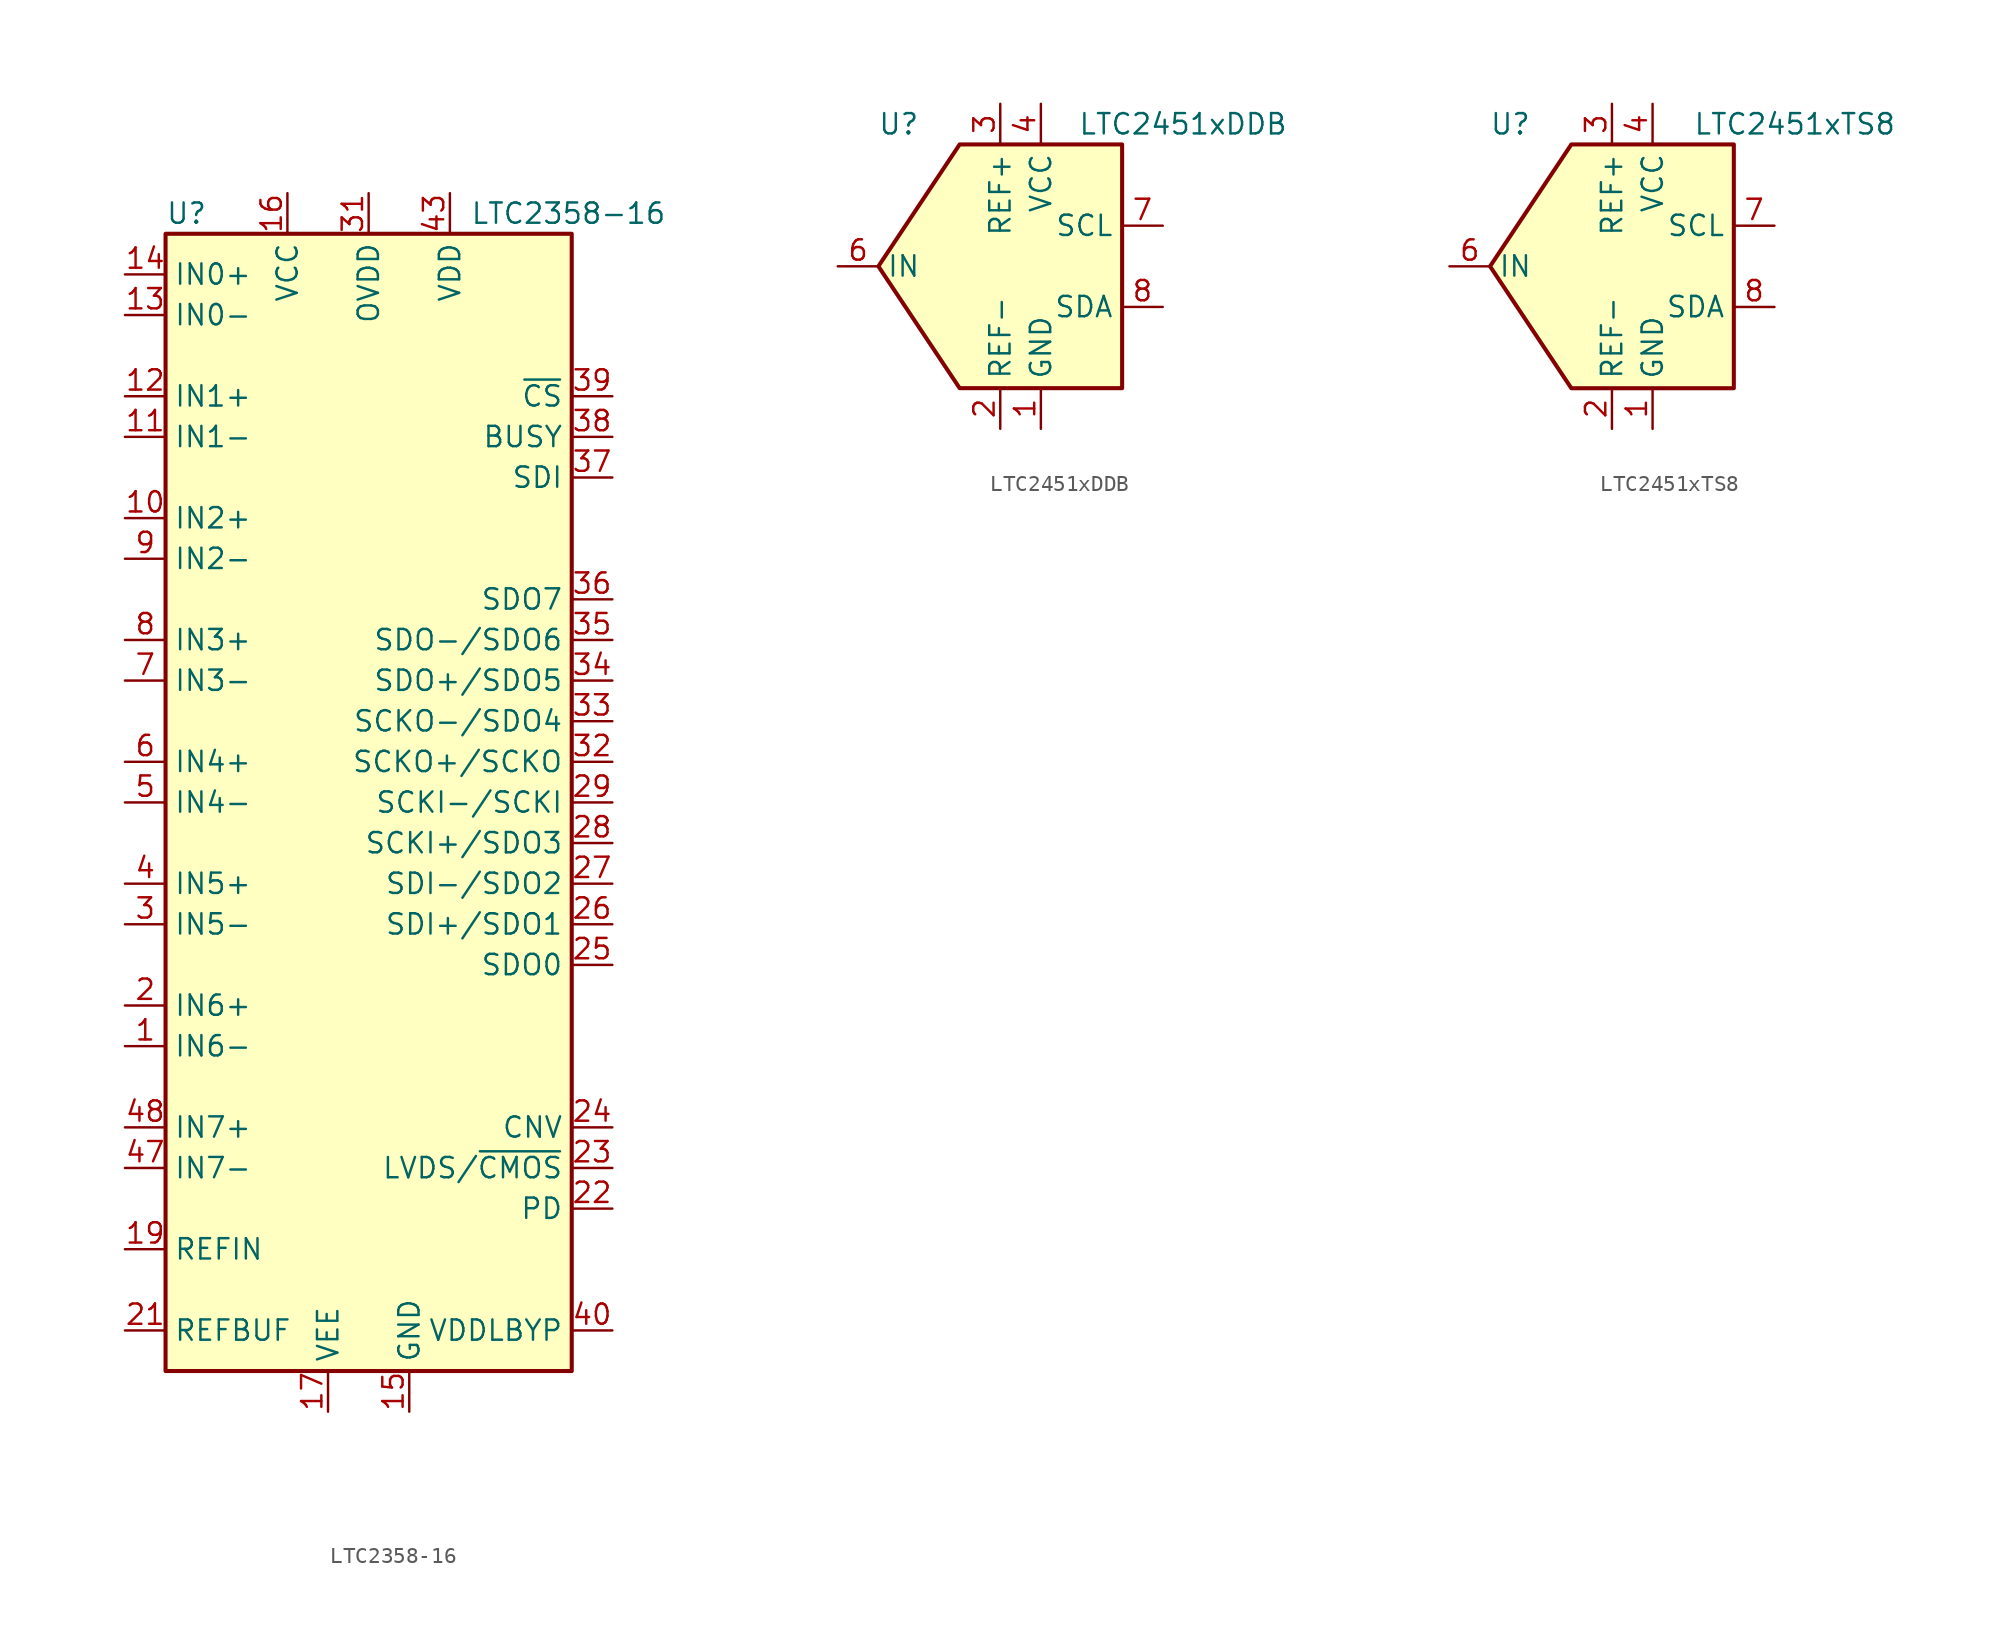
<source format=kicad_sym>
(kicad_symbol_lib
  (version 20241209)
  (generator "kicad_symbol_editor")
  (generator_version "9.0")
  (symbol "LTC2358-16"
    (property "Reference" "U"
      (at -12.7 36.83 0)
      (effects (font (size 1.27 1.27)) (justify left)))
    (property "Value" "LTC2358-16"
      (at 6.35 36.83 0)
      (effects (font (size 1.27 1.27)) (justify left)))
    (symbol "LTC2358-16_0_1"
      (rectangle (start -12.7 35.56) (end 12.7 -35.56) (stroke (width 0.254) (type default)) (fill (type background))))
    (symbol "LTC2358-16_1_1"
      (pin input line (at -15.24 33.02 0) (length 2.54) (name "IN0+" (effects (font (size 1.27 1.27)))) (number "14" (effects (font (size 1.27 1.27)))))
      (pin input line (at -15.24 30.48 0) (length 2.54) (name "IN0-" (effects (font (size 1.27 1.27)))) (number "13" (effects (font (size 1.27 1.27)))))
      (pin input line (at -15.24 25.4 0) (length 2.54) (name "IN1+" (effects (font (size 1.27 1.27)))) (number "12" (effects (font (size 1.27 1.27)))))
      (pin input line (at -15.24 22.86 0) (length 2.54) (name "IN1-" (effects (font (size 1.27 1.27)))) (number "11" (effects (font (size 1.27 1.27)))))
      (pin input line (at -15.24 17.78 0) (length 2.54) (name "IN2+" (effects (font (size 1.27 1.27)))) (number "10" (effects (font (size 1.27 1.27)))))
      (pin input line (at -15.24 15.24 0) (length 2.54) (name "IN2-" (effects (font (size 1.27 1.27)))) (number "9" (effects (font (size 1.27 1.27)))))
      (pin input line (at -15.24 10.16 0) (length 2.54) (name "IN3+" (effects (font (size 1.27 1.27)))) (number "8" (effects (font (size 1.27 1.27)))))
      (pin input line (at -15.24 7.62 0) (length 2.54) (name "IN3-" (effects (font (size 1.27 1.27)))) (number "7" (effects (font (size 1.27 1.27)))))
      (pin input line (at -15.24 2.54 0) (length 2.54) (name "IN4+" (effects (font (size 1.27 1.27)))) (number "6" (effects (font (size 1.27 1.27)))))
      (pin input line (at -15.24 0 0) (length 2.54) (name "IN4-" (effects (font (size 1.27 1.27)))) (number "5" (effects (font (size 1.27 1.27)))))
      (pin input line (at -15.24 -5.08 0) (length 2.54) (name "IN5+" (effects (font (size 1.27 1.27)))) (number "4" (effects (font (size 1.27 1.27)))))
      (pin input line (at -15.24 -7.62 0) (length 2.54) (name "IN5-" (effects (font (size 1.27 1.27)))) (number "3" (effects (font (size 1.27 1.27)))))
      (pin input line (at -15.24 -12.7 0) (length 2.54) (name "IN6+" (effects (font (size 1.27 1.27)))) (number "2" (effects (font (size 1.27 1.27)))))
      (pin input line (at -15.24 -15.24 0) (length 2.54) (name "IN6-" (effects (font (size 1.27 1.27)))) (number "1" (effects (font (size 1.27 1.27)))))
      (pin input line (at -15.24 -20.32 0) (length 2.54) (name "IN7+" (effects (font (size 1.27 1.27)))) (number "48" (effects (font (size 1.27 1.27)))))
      (pin input line (at -15.24 -22.86 0) (length 2.54) (name "IN7-" (effects (font (size 1.27 1.27)))) (number "47" (effects (font (size 1.27 1.27)))))
      (pin passive line (at -15.24 -27.94 0) (length 2.54) (name "REFIN" (effects (font (size 1.27 1.27)))) (number "19" (effects (font (size 1.27 1.27)))))
      (pin passive line (at -15.24 -33.02 0) (length 2.54) (name "REFBUF" (effects (font (size 1.27 1.27)))) (number "21" (effects (font (size 1.27 1.27)))))
      (pin power_in line (at -5.08 38.1 270) (length 2.54) (name "VCC" (effects (font (size 1.27 1.27)))) (number "16" (effects (font (size 1.27 1.27)))))
      (pin power_in line (at -2.54 -38.1 90) (length 2.54) (name "VEE" (effects (font (size 1.27 1.27)))) (number "17" (effects (font (size 1.27 1.27)))))
      (pin passive line (at -2.54 -38.1 90) (length 2.54) (hide yes) (name "VEE" (effects (font (size 1.27 1.27)))) (number "45" (effects (font (size 1.27 1.27)))))
      (pin power_in line (at 0 38.1 270) (length 2.54) (name "OVDD" (effects (font (size 1.27 1.27)))) (number "31" (effects (font (size 1.27 1.27)))))
      (pin power_in line (at 2.54 -38.1 90) (length 2.54) (name "GND" (effects (font (size 1.27 1.27)))) (number "15" (effects (font (size 1.27 1.27)))))
      (pin passive line (at 2.54 -38.1 90) (length 2.54) (hide yes) (name "GND" (effects (font (size 1.27 1.27)))) (number "18" (effects (font (size 1.27 1.27)))))
      (pin passive line (at 2.54 -38.1 90) (length 2.54) (hide yes) (name "GND" (effects (font (size 1.27 1.27)))) (number "20" (effects (font (size 1.27 1.27)))))
      (pin passive line (at 2.54 -38.1 90) (length 2.54) (hide yes) (name "GND" (effects (font (size 1.27 1.27)))) (number "30" (effects (font (size 1.27 1.27)))))
      (pin passive line (at 2.54 -38.1 90) (length 2.54) (hide yes) (name "GND" (effects (font (size 1.27 1.27)))) (number "41" (effects (font (size 1.27 1.27)))))
      (pin passive line (at 2.54 -38.1 90) (length 2.54) (hide yes) (name "GND" (effects (font (size 1.27 1.27)))) (number "44" (effects (font (size 1.27 1.27)))))
      (pin passive line (at 2.54 -38.1 90) (length 2.54) (hide yes) (name "GND" (effects (font (size 1.27 1.27)))) (number "46" (effects (font (size 1.27 1.27)))))
      (pin passive line (at 5.08 38.1 270) (length 2.54) (hide yes) (name "VDD" (effects (font (size 1.27 1.27)))) (number "42" (effects (font (size 1.27 1.27)))))
      (pin power_in line (at 5.08 38.1 270) (length 2.54) (name "VDD" (effects (font (size 1.27 1.27)))) (number "43" (effects (font (size 1.27 1.27)))))
      (pin input line (at 15.24 25.4 180) (length 2.54) (name "~{CS}" (effects (font (size 1.27 1.27)))) (number "39" (effects (font (size 1.27 1.27)))))
      (pin output line (at 15.24 22.86 180) (length 2.54) (name "BUSY" (effects (font (size 1.27 1.27)))) (number "38" (effects (font (size 1.27 1.27)))))
      (pin input line (at 15.24 20.32 180) (length 2.54) (name "SDI" (effects (font (size 1.27 1.27)))) (number "37" (effects (font (size 1.27 1.27)))))
      (pin tri_state line (at 15.24 12.7 180) (length 2.54) (name "SDO7" (effects (font (size 1.27 1.27)))) (number "36" (effects (font (size 1.27 1.27)))))
      (pin tri_state line (at 15.24 10.16 180) (length 2.54) (name "SDO-/SDO6" (effects (font (size 1.27 1.27)))) (number "35" (effects (font (size 1.27 1.27)))))
      (pin tri_state line (at 15.24 7.62 180) (length 2.54) (name "SDO+/SDO5" (effects (font (size 1.27 1.27)))) (number "34" (effects (font (size 1.27 1.27)))))
      (pin tri_state line (at 15.24 5.08 180) (length 2.54) (name "SCKO-/SDO4" (effects (font (size 1.27 1.27)))) (number "33" (effects (font (size 1.27 1.27)))))
      (pin tri_state line (at 15.24 2.54 180) (length 2.54) (name "SCKO+/SCKO" (effects (font (size 1.27 1.27)))) (number "32" (effects (font (size 1.27 1.27)))))
      (pin input line (at 15.24 0 180) (length 2.54) (name "SCKI-/SCKI" (effects (font (size 1.27 1.27)))) (number "29" (effects (font (size 1.27 1.27)))))
      (pin bidirectional line (at 15.24 -2.54 180) (length 2.54) (name "SCKI+/SDO3" (effects (font (size 1.27 1.27)))) (number "28" (effects (font (size 1.27 1.27)))))
      (pin bidirectional line (at 15.24 -5.08 180) (length 2.54) (name "SDI-/SDO2" (effects (font (size 1.27 1.27)))) (number "27" (effects (font (size 1.27 1.27)))))
      (pin bidirectional line (at 15.24 -7.62 180) (length 2.54) (name "SDI+/SDO1" (effects (font (size 1.27 1.27)))) (number "26" (effects (font (size 1.27 1.27)))))
      (pin tri_state line (at 15.24 -10.16 180) (length 2.54) (name "SDO0" (effects (font (size 1.27 1.27)))) (number "25" (effects (font (size 1.27 1.27)))))
      (pin input line (at 15.24 -20.32 180) (length 2.54) (name "CNV" (effects (font (size 1.27 1.27)))) (number "24" (effects (font (size 1.27 1.27)))))
      (pin input line (at 15.24 -22.86 180) (length 2.54) (name "LVDS/~{CMOS}" (effects (font (size 1.27 1.27)))) (number "23" (effects (font (size 1.27 1.27)))))
      (pin input line (at 15.24 -25.4 180) (length 2.54) (name "PD" (effects (font (size 1.27 1.27)))) (number "22" (effects (font (size 1.27 1.27)))))
      (pin passive line (at 15.24 -33.02 180) (length 2.54) (name "VDDLBYP" (effects (font (size 1.27 1.27)))) (number "40" (effects (font (size 1.27 1.27)))))))
  (symbol "LTC2451xDDB"
    (property "Reference" "U"
      (at -6.35 8.89 0)
      (effects (font (size 1.27 1.27))))
    (property "Value" "LTC2451xDDB"
      (at 11.43 8.89 0)
      (effects (font (size 1.27 1.27))))
    (symbol "LTC2451xDDB_1_1"
      (polyline (pts (xy -2.54 7.62) (xy 3.81 7.62) (xy 7.62 7.62) (xy 7.62 -7.62) (xy -2.54 -7.62) (xy -7.62 0) (xy -2.54 7.62)) (stroke (width 0.254) (type default)) (fill (type background)))
      (pin input line (at -10.16 0 0) (length 2.54) (name "IN" (effects (font (size 1.27 1.27)))) (number "6" (effects (font (size 1.27 1.27)))))
      (pin power_in line (at 0 10.16 270) (length 2.54) (name "REF+" (effects (font (size 1.27 1.27)))) (number "3" (effects (font (size 1.27 1.27)))))
      (pin power_in line (at 0 -10.16 90) (length 2.54) (name "REF-" (effects (font (size 1.27 1.27)))) (number "2" (effects (font (size 1.27 1.27)))))
      (pin power_in line (at 2.54 10.16 270) (length 2.54) (name "VCC" (effects (font (size 1.27 1.27)))) (number "4" (effects (font (size 1.27 1.27)))))
      (pin power_in line (at 2.54 -10.16 90) (length 2.54) (name "GND" (effects (font (size 1.27 1.27)))) (number "1" (effects (font (size 1.27 1.27)))))
      (pin passive line (at 2.54 -10.16 90) (length 2.54) (hide yes) (name "GND" (effects (font (size 1.27 1.27)))) (number "5" (effects (font (size 1.27 1.27)))))
      (pin passive line (at 2.54 -10.16 90) (length 2.54) (hide yes) (name "GND" (effects (font (size 1.27 1.27)))) (number "9" (effects (font (size 1.27 1.27)))))
      (pin input line (at 10.16 2.54 180) (length 2.54) (name "SCL" (effects (font (size 1.27 1.27)))) (number "7" (effects (font (size 1.27 1.27)))))
      (pin bidirectional line (at 10.16 -2.54 180) (length 2.54) (name "SDA" (effects (font (size 1.27 1.27)))) (number "8" (effects (font (size 1.27 1.27)))))))
  (symbol "LTC2451xTS8"
    (property "Reference" "U"
      (at -6.35 8.89 0)
      (effects (font (size 1.27 1.27))))
    (property "Value" "LTC2451xTS8"
      (at 11.43 8.89 0)
      (effects (font (size 1.27 1.27))))
    (symbol "LTC2451xTS8_1_1"
      (polyline (pts (xy -2.54 7.62) (xy 3.81 7.62) (xy 7.62 7.62) (xy 7.62 -7.62) (xy -2.54 -7.62) (xy -7.62 0) (xy -2.54 7.62)) (stroke (width 0.254) (type default)) (fill (type background)))
      (pin input line (at -10.16 0 0) (length 2.54) (name "IN" (effects (font (size 1.27 1.27)))) (number "6" (effects (font (size 1.27 1.27)))))
      (pin power_in line (at 0 10.16 270) (length 2.54) (name "REF+" (effects (font (size 1.27 1.27)))) (number "3" (effects (font (size 1.27 1.27)))))
      (pin power_in line (at 0 -10.16 90) (length 2.54) (name "REF-" (effects (font (size 1.27 1.27)))) (number "2" (effects (font (size 1.27 1.27)))))
      (pin power_in line (at 2.54 10.16 270) (length 2.54) (name "VCC" (effects (font (size 1.27 1.27)))) (number "4" (effects (font (size 1.27 1.27)))))
      (pin power_in line (at 2.54 -10.16 90) (length 2.54) (name "GND" (effects (font (size 1.27 1.27)))) (number "1" (effects (font (size 1.27 1.27)))))
      (pin passive line (at 2.54 -10.16 90) (length 2.54) (hide yes) (name "GND" (effects (font (size 1.27 1.27)))) (number "5" (effects (font (size 1.27 1.27)))))
      (pin input line (at 10.16 2.54 180) (length 2.54) (name "SCL" (effects (font (size 1.27 1.27)))) (number "7" (effects (font (size 1.27 1.27)))))
      (pin bidirectional line (at 10.16 -2.54 180) (length 2.54) (name "SDA" (effects (font (size 1.27 1.27)))) (number "8" (effects (font (size 1.27 1.27))))))))
</source>
